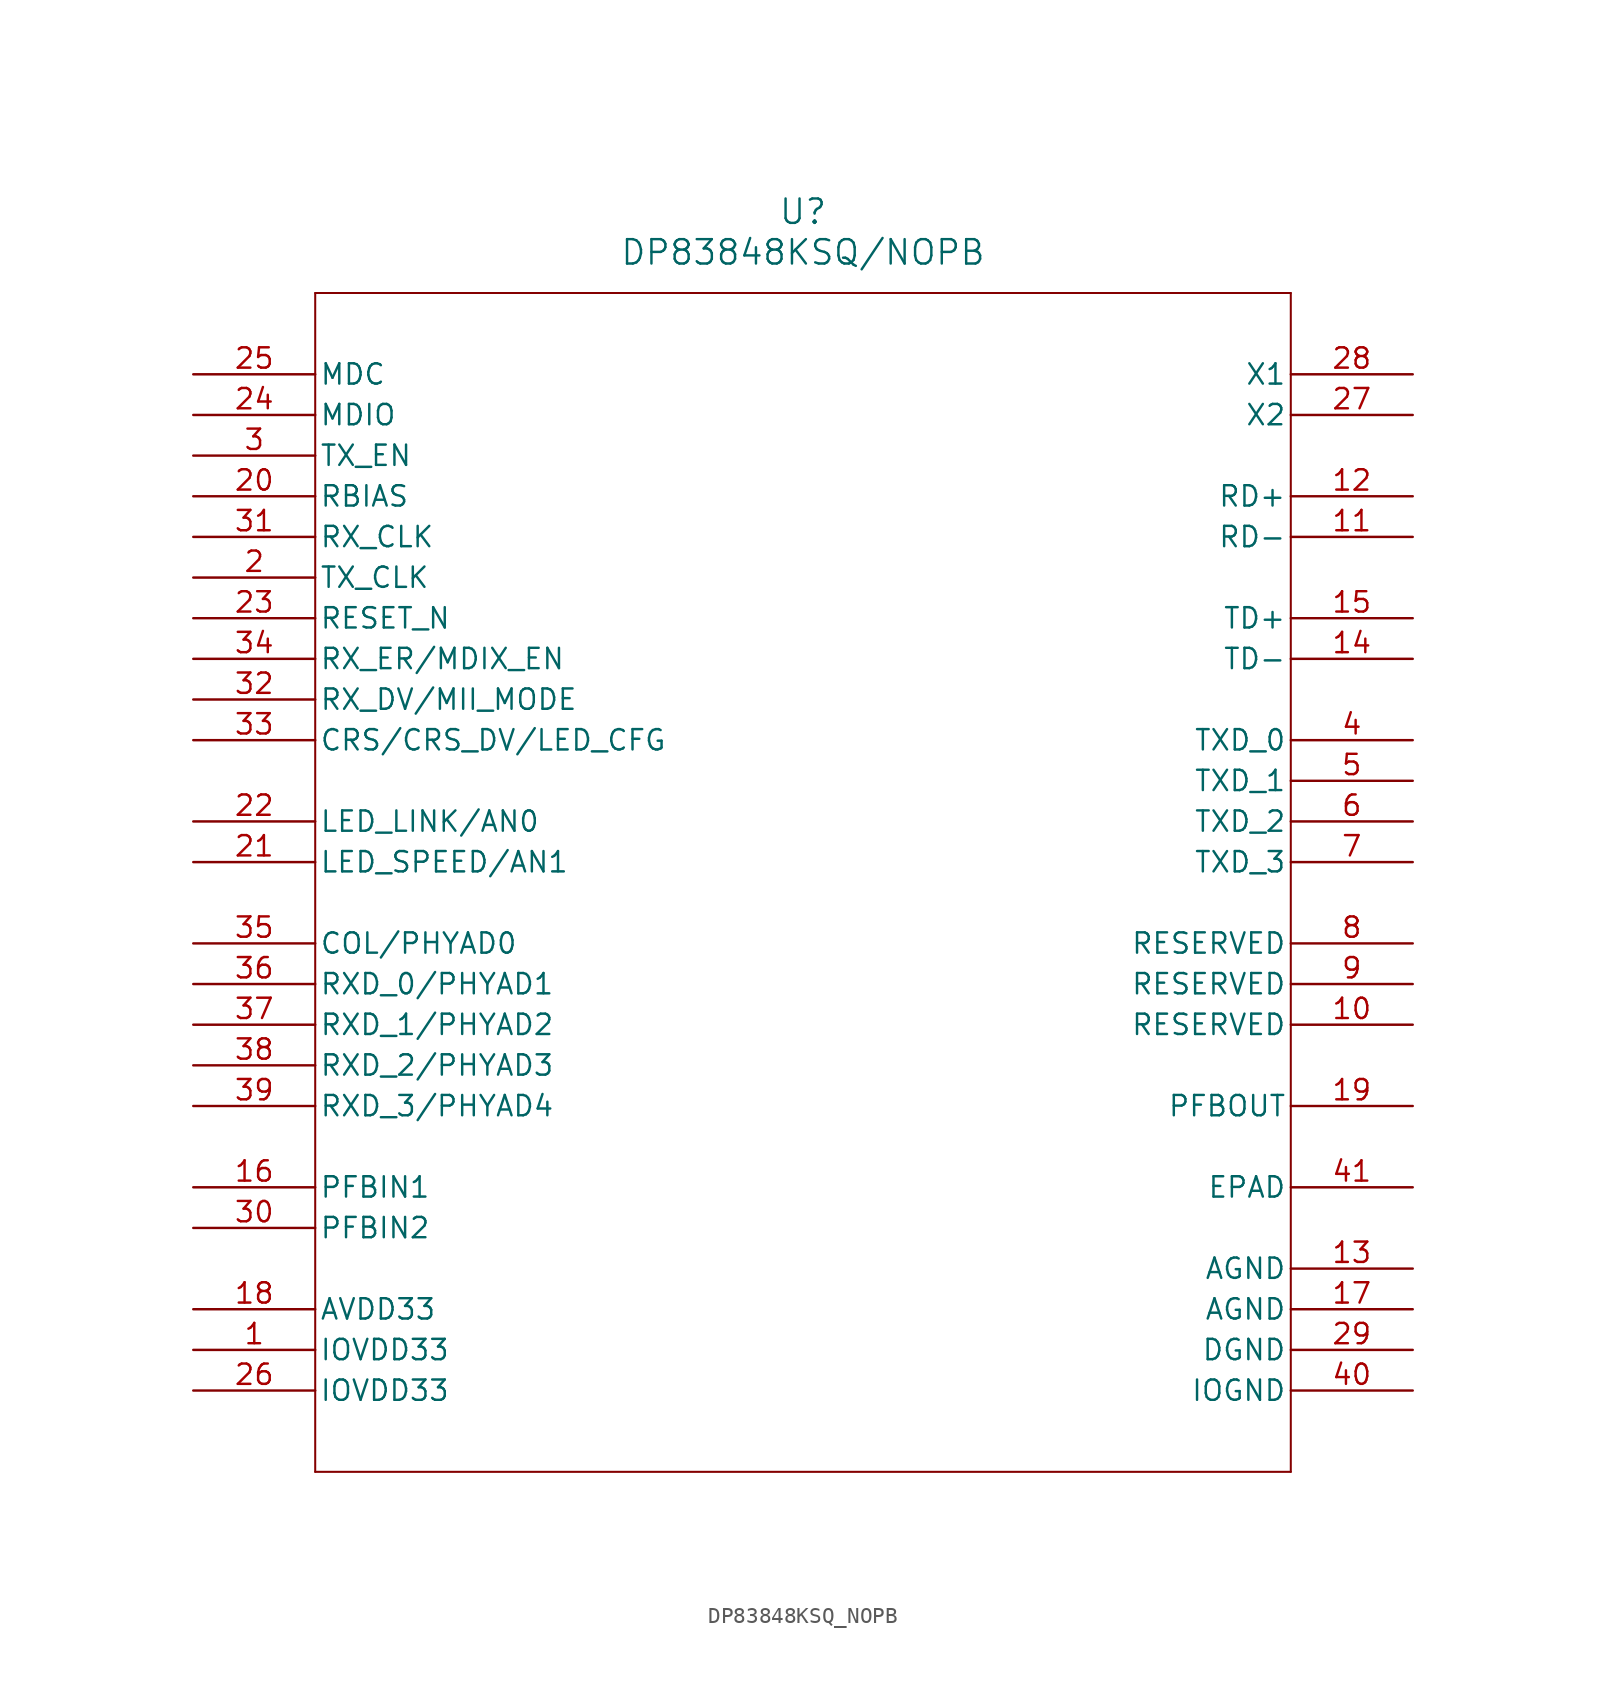
<source format=kicad_sym>
(kicad_symbol_lib
  (version 20211014)
  (generator kicad_symbol_editor)
  (symbol "DP83848KSQ_NOPB"
    (pin_names
      (offset 0.254))
    (property "Reference" "U"
      (at 38.1 10.16 0)
      (effects (font (size 1.524 1.524))))
    (property "Value" "DP83848KSQ/NOPB"
      (at 38.1 7.62 0)
      (effects (font (size 1.524 1.524))))
    (symbol "DP83848KSQ_NOPB_0_1"
      (polyline (pts (xy 7.62 5.08) (xy 7.62 -68.58)) (stroke (width 0.127) (type default) (color 0 0 0 0)) (fill (type none)))
      (polyline (pts (xy 7.62 -68.58) (xy 68.58 -68.58)) (stroke (width 0.127) (type default) (color 0 0 0 0)) (fill (type none)))
      (polyline (pts (xy 68.58 -68.58) (xy 68.58 5.08)) (stroke (width 0.127) (type default) (color 0 0 0 0)) (fill (type none)))
      (polyline (pts (xy 68.58 5.08) (xy 7.62 5.08)) (stroke (width 0.127) (type default) (color 0 0 0 0)) (fill (type none)))
      (pin power_in line (at 0 -60.96 0) (length 7.62) (name "IOVDD33" (effects (font (size 1.27 1.27)))) (number "1" (effects (font (size 1.27 1.27)))))
      (pin output line (at 0 -12.7 0) (length 7.62) (name "TX_CLK" (effects (font (size 1.27 1.27)))) (number "2" (effects (font (size 1.27 1.27)))))
      (pin input line (at 0 -5.08 0) (length 7.62) (name "TX_EN" (effects (font (size 1.27 1.27)))) (number "3" (effects (font (size 1.27 1.27)))))
      (pin input line (at 76.2 -22.86 180) (length 7.62) (name "TXD_0" (effects (font (size 1.27 1.27)))) (number "4" (effects (font (size 1.27 1.27)))))
      (pin input line (at 76.2 -25.4 180) (length 7.62) (name "TXD_1" (effects (font (size 1.27 1.27)))) (number "5" (effects (font (size 1.27 1.27)))))
      (pin input line (at 76.2 -27.94 180) (length 7.62) (name "TXD_2" (effects (font (size 1.27 1.27)))) (number "6" (effects (font (size 1.27 1.27)))))
      (pin input line (at 76.2 -30.48 180) (length 7.62) (name "TXD_3" (effects (font (size 1.27 1.27)))) (number "7" (effects (font (size 1.27 1.27)))))
      (pin bidirectional line (at 76.2 -35.56 180) (length 7.62) (name "RESERVED" (effects (font (size 1.27 1.27)))) (number "8" (effects (font (size 1.27 1.27)))))
      (pin bidirectional line (at 76.2 -38.1 180) (length 7.62) (name "RESERVED" (effects (font (size 1.27 1.27)))) (number "9" (effects (font (size 1.27 1.27)))))
      (pin bidirectional line (at 76.2 -40.64 180) (length 7.62) (name "RESERVED" (effects (font (size 1.27 1.27)))) (number "10" (effects (font (size 1.27 1.27)))))
      (pin bidirectional line (at 76.2 -10.16 180) (length 7.62) (name "RD-" (effects (font (size 1.27 1.27)))) (number "11" (effects (font (size 1.27 1.27)))))
      (pin bidirectional line (at 76.2 -7.62 180) (length 7.62) (name "RD+" (effects (font (size 1.27 1.27)))) (number "12" (effects (font (size 1.27 1.27)))))
      (pin power_in line (at 76.2 -55.88 180) (length 7.62) (name "AGND" (effects (font (size 1.27 1.27)))) (number "13" (effects (font (size 1.27 1.27)))))
      (pin bidirectional line (at 76.2 -17.78 180) (length 7.62) (name "TD-" (effects (font (size 1.27 1.27)))) (number "14" (effects (font (size 1.27 1.27)))))
      (pin bidirectional line (at 76.2 -15.24 180) (length 7.62) (name "TD+" (effects (font (size 1.27 1.27)))) (number "15" (effects (font (size 1.27 1.27)))))
      (pin input line (at 0 -50.8 0) (length 7.62) (name "PFBIN1" (effects (font (size 1.27 1.27)))) (number "16" (effects (font (size 1.27 1.27)))))
      (pin power_in line (at 76.2 -58.42 180) (length 7.62) (name "AGND" (effects (font (size 1.27 1.27)))) (number "17" (effects (font (size 1.27 1.27)))))
      (pin power_in line (at 0 -58.42 0) (length 7.62) (name "AVDD33" (effects (font (size 1.27 1.27)))) (number "18" (effects (font (size 1.27 1.27)))))
      (pin output line (at 76.2 -45.72 180) (length 7.62) (name "PFBOUT" (effects (font (size 1.27 1.27)))) (number "19" (effects (font (size 1.27 1.27)))))
      (pin input line (at 0 -7.62 0) (length 7.62) (name "RBIAS" (effects (font (size 1.27 1.27)))) (number "20" (effects (font (size 1.27 1.27)))))
      (pin output line (at 0 -30.48 0) (length 7.62) (name "LED_SPEED/AN1" (effects (font (size 1.27 1.27)))) (number "21" (effects (font (size 1.27 1.27)))))
      (pin output line (at 0 -27.94 0) (length 7.62) (name "LED_LINK/AN0" (effects (font (size 1.27 1.27)))) (number "22" (effects (font (size 1.27 1.27)))))
      (pin input line (at 0 -15.24 0) (length 7.62) (name "RESET_N" (effects (font (size 1.27 1.27)))) (number "23" (effects (font (size 1.27 1.27)))))
      (pin bidirectional line (at 0 -2.54 0) (length 7.62) (name "MDIO" (effects (font (size 1.27 1.27)))) (number "24" (effects (font (size 1.27 1.27)))))
      (pin input line (at 0 0 0) (length 7.62) (name "MDC" (effects (font (size 1.27 1.27)))) (number "25" (effects (font (size 1.27 1.27)))))
      (pin power_in line (at 0 -63.5 0) (length 7.62) (name "IOVDD33" (effects (font (size 1.27 1.27)))) (number "26" (effects (font (size 1.27 1.27)))))
      (pin output line (at 76.2 -2.54 180) (length 7.62) (name "X2" (effects (font (size 1.27 1.27)))) (number "27" (effects (font (size 1.27 1.27)))))
      (pin input line (at 76.2 0 180) (length 7.62) (name "X1" (effects (font (size 1.27 1.27)))) (number "28" (effects (font (size 1.27 1.27)))))
      (pin power_in line (at 76.2 -60.96 180) (length 7.62) (name "DGND" (effects (font (size 1.27 1.27)))) (number "29" (effects (font (size 1.27 1.27)))))
      (pin input line (at 0 -53.34 0) (length 7.62) (name "PFBIN2" (effects (font (size 1.27 1.27)))) (number "30" (effects (font (size 1.27 1.27)))))
      (pin output line (at 0 -10.16 0) (length 7.62) (name "RX_CLK" (effects (font (size 1.27 1.27)))) (number "31" (effects (font (size 1.27 1.27)))))
      (pin output line (at 0 -20.32 0) (length 7.62) (name "RX_DV/MII_MODE" (effects (font (size 1.27 1.27)))) (number "32" (effects (font (size 1.27 1.27)))))
      (pin output line (at 0 -22.86 0) (length 7.62) (name "CRS/CRS_DV/LED_CFG" (effects (font (size 1.27 1.27)))) (number "33" (effects (font (size 1.27 1.27)))))
      (pin output line (at 0 -17.78 0) (length 7.62) (name "RX_ER/MDIX_EN" (effects (font (size 1.27 1.27)))) (number "34" (effects (font (size 1.27 1.27)))))
      (pin output line (at 0 -35.56 0) (length 7.62) (name "COL/PHYAD0" (effects (font (size 1.27 1.27)))) (number "35" (effects (font (size 1.27 1.27)))))
      (pin output line (at 0 -38.1 0) (length 7.62) (name "RXD_0/PHYAD1" (effects (font (size 1.27 1.27)))) (number "36" (effects (font (size 1.27 1.27)))))
      (pin output line (at 0 -40.64 0) (length 7.62) (name "RXD_1/PHYAD2" (effects (font (size 1.27 1.27)))) (number "37" (effects (font (size 1.27 1.27)))))
      (pin output line (at 0 -43.18 0) (length 7.62) (name "RXD_2/PHYAD3" (effects (font (size 1.27 1.27)))) (number "38" (effects (font (size 1.27 1.27)))))
      (pin output line (at 0 -45.72 0) (length 7.62) (name "RXD_3/PHYAD4" (effects (font (size 1.27 1.27)))) (number "39" (effects (font (size 1.27 1.27)))))
      (pin power_in line (at 76.2 -63.5 180) (length 7.62) (name "IOGND" (effects (font (size 1.27 1.27)))) (number "40" (effects (font (size 1.27 1.27)))))
      (pin unspecified line (at 76.2 -50.8 180) (length 7.62) (name "EPAD" (effects (font (size 1.27 1.27)))) (number "41" (effects (font (size 1.27 1.27))))))))
</source>
